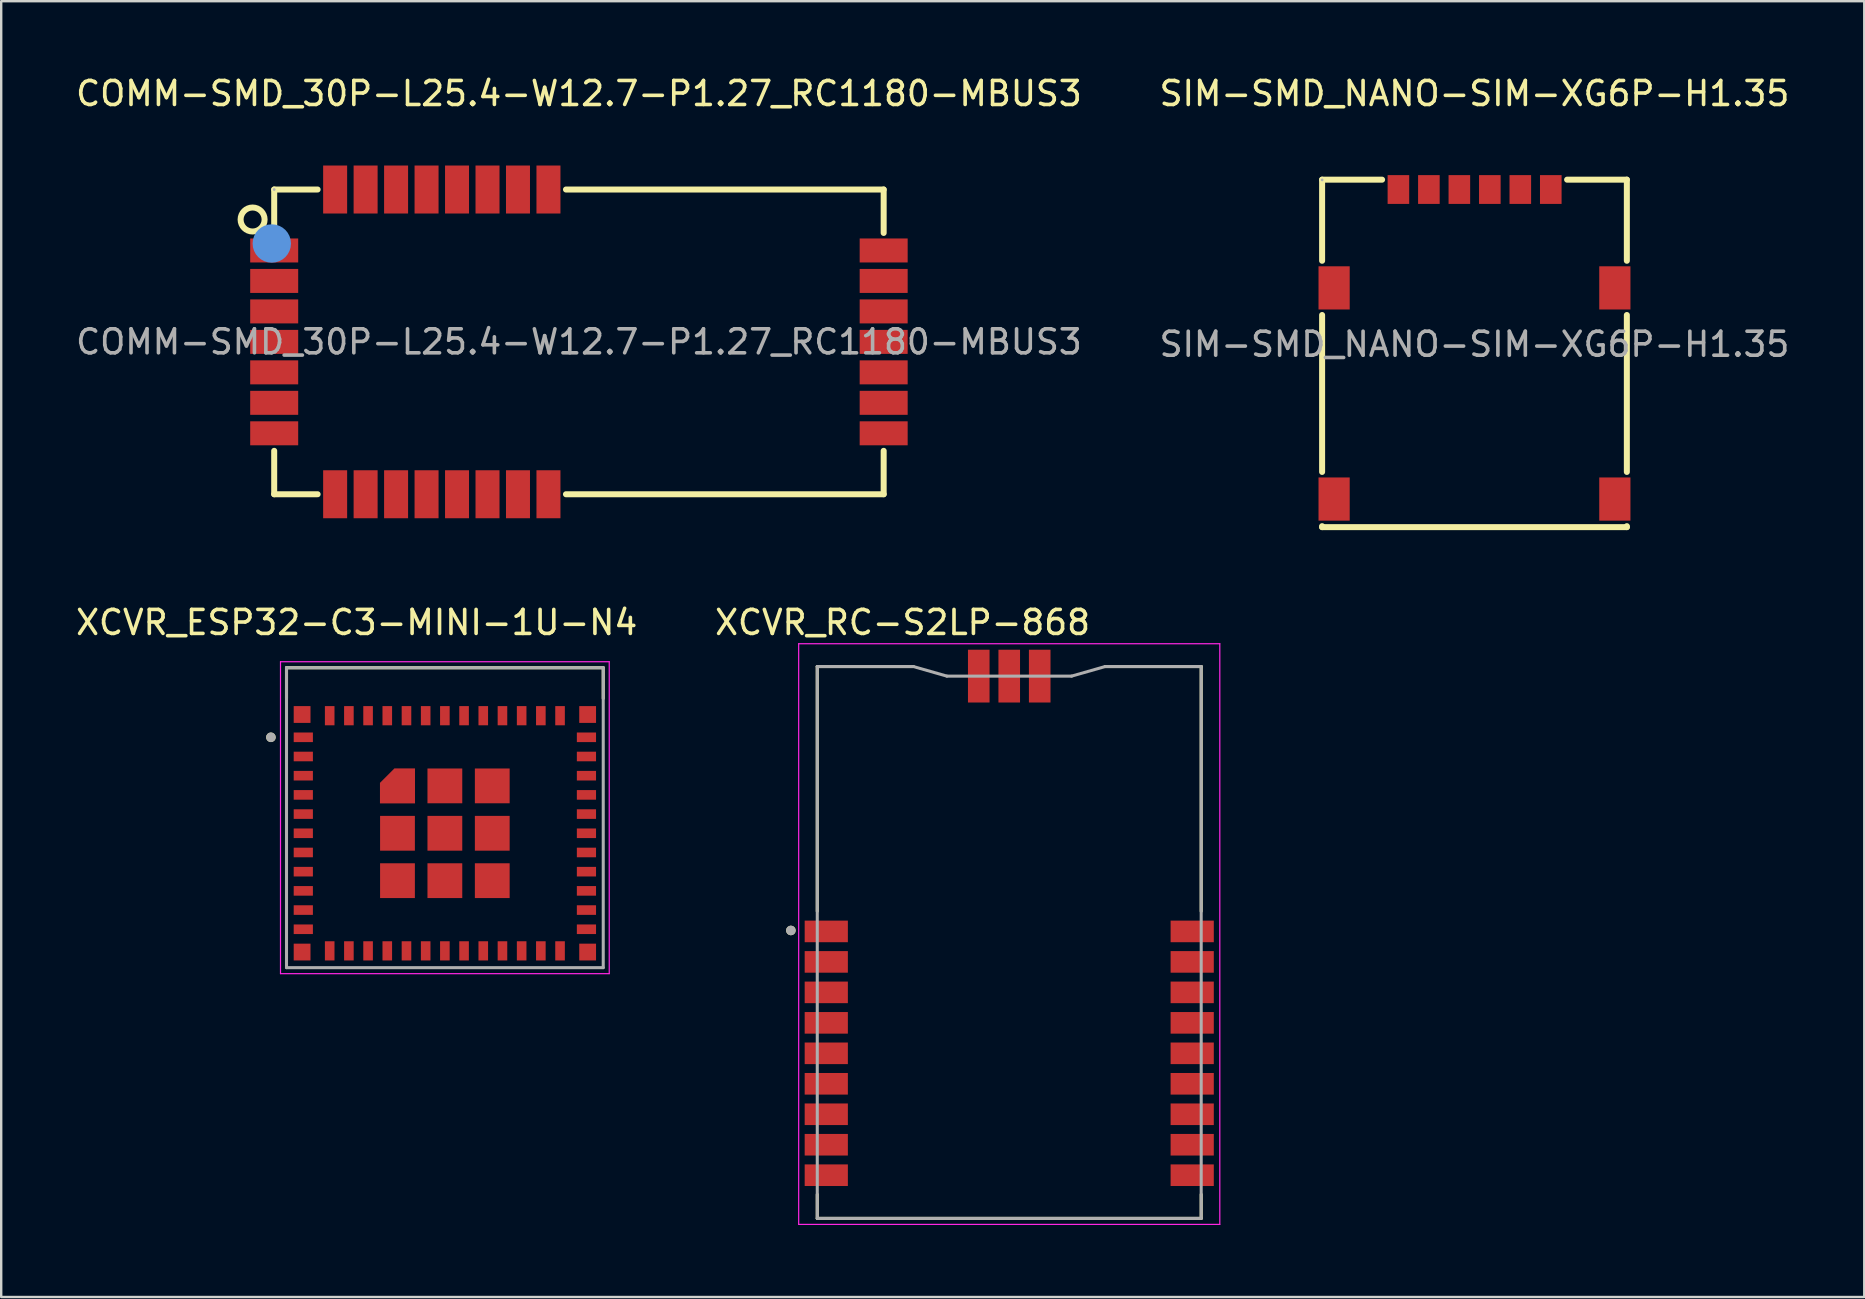
<source format=kicad_pcb>
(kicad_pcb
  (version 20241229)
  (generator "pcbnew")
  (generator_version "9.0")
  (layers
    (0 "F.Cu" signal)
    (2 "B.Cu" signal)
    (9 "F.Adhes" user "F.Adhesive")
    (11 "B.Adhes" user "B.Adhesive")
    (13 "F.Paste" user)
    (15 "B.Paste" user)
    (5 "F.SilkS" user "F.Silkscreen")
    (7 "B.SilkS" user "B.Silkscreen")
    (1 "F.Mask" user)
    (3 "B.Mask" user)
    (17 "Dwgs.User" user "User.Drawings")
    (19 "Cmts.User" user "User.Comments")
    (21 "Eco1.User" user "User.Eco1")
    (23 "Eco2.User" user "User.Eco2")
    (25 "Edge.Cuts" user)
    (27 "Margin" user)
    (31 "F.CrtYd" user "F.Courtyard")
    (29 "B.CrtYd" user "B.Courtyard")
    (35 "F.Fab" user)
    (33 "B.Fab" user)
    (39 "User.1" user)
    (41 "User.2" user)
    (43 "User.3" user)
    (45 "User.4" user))
  (footprint "XCVR_RC-S2LP-868"
    (layer "F.Cu")
    (at 39.01 36.227)
    (property "Reference" "XCVR_RC-S2LP-868" (at -4.445 -13.335 0) (layer "F.SilkS") (effects (font (size 1 1) (thickness 0.15))))
    (attr smd)
    (fp_line (start -8 -11.5) (end -8 -1.3) (stroke (width 0.127) (type solid)) (layer "F.SilkS"))
    (fp_line (start -8 10.5) (end -8 11.5) (stroke (width 0.127) (type solid)) (layer "F.SilkS"))
    (fp_line (start -8 11.5) (end 8 11.5) (stroke (width 0.127) (type solid)) (layer "F.SilkS"))
    (fp_line (start -4 -11.5) (end -8 -11.5) (stroke (width 0.127) (type solid)) (layer "F.SilkS"))
    (fp_line (start 8 -11.5) (end 4 -11.5) (stroke (width 0.127) (type solid)) (layer "F.SilkS"))
    (fp_line (start 8 -1.3) (end 8 -11.5) (stroke (width 0.127) (type solid)) (layer "F.SilkS"))
    (fp_line (start 8 11.5) (end 8 10.5) (stroke (width 0.127) (type solid)) (layer "F.SilkS"))
    (fp_circle (center -9.1 -0.5) (end -9 -0.5) (stroke (width 0.2) (type solid)) (fill no) (layer "F.SilkS"))
    (fp_line (start -8.775 -12.45) (end 8.775 -12.45) (stroke (width 0.05) (type solid)) (layer "F.CrtYd"))
    (fp_line (start -8.775 11.75) (end -8.775 -12.45) (stroke (width 0.05) (type solid)) (layer "F.CrtYd"))
    (fp_line (start 8.775 -12.45) (end 8.775 11.75) (stroke (width 0.05) (type solid)) (layer "F.CrtYd"))
    (fp_line (start 8.775 11.75) (end -8.775 11.75) (stroke (width 0.05) (type solid)) (layer "F.CrtYd"))
    (fp_line (start -8 -11.5) (end -4 -11.5) (stroke (width 0.127) (type solid)) (layer "F.Fab"))
    (fp_line (start -8 11.5) (end -8 -11.5) (stroke (width 0.127) (type solid)) (layer "F.Fab"))
    (fp_line (start -2.6 -11.1) (end -4 -11.5) (stroke (width 0.127) (type solid)) (layer "F.Fab"))
    (fp_line (start -2.6 -11.1) (end 2.6 -11.1) (stroke (width 0.127) (type solid)) (layer "F.Fab"))
    (fp_line (start 2.6 -11.1) (end 4 -11.5) (stroke (width 0.127) (type solid)) (layer "F.Fab"))
    (fp_line (start 4 -11.5) (end 8 -11.5) (stroke (width 0.127) (type solid)) (layer "F.Fab"))
    (fp_line (start 8 -11.5) (end 8 11.5) (stroke (width 0.127) (type solid)) (layer "F.Fab"))
    (fp_line (start 8 11.5) (end -8 11.5) (stroke (width 0.127) (type solid)) (layer "F.Fab"))
    (fp_circle (center -9.1 -0.5) (end -9 -0.5) (stroke (width 0.2) (type solid)) (fill no) (layer "F.Fab"))
    (pad "1" smd rect (at -7.625 -0.46) (size 1.8 0.9) (layers "F.Cu" "F.Mask" "F.Paste"))
    (pad "2" smd rect (at -7.625 0.81) (size 1.8 0.9) (layers "F.Cu" "F.Mask" "F.Paste"))
    (pad "3" smd rect (at -7.625 2.08) (size 1.8 0.9) (layers "F.Cu" "F.Mask" "F.Paste"))
    (pad "4" smd rect (at -7.625 3.35) (size 1.8 0.9) (layers "F.Cu" "F.Mask" "F.Paste"))
    (pad "5" smd rect (at -7.625 4.62) (size 1.8 0.9) (layers "F.Cu" "F.Mask" "F.Paste"))
    (pad "6" smd rect (at -7.625 5.89) (size 1.8 0.9) (layers "F.Cu" "F.Mask" "F.Paste"))
    (pad "7" smd rect (at -7.625 7.16) (size 1.8 0.9) (layers "F.Cu" "F.Mask" "F.Paste"))
    (pad "8" smd rect (at -7.625 8.43) (size 1.8 0.9) (layers "F.Cu" "F.Mask" "F.Paste"))
    (pad "9" smd rect (at -7.625 9.7) (size 1.8 0.9) (layers "F.Cu" "F.Mask" "F.Paste"))
    (pad "10" smd rect (at 7.625 9.7) (size 1.8 0.9) (layers "F.Cu" "F.Mask" "F.Paste"))
    (pad "11" smd rect (at 7.625 8.43) (size 1.8 0.9) (layers "F.Cu" "F.Mask" "F.Paste"))
    (pad "12" smd rect (at 7.625 7.16) (size 1.8 0.9) (layers "F.Cu" "F.Mask" "F.Paste"))
    (pad "13" smd rect (at 7.625 5.89) (size 1.8 0.9) (layers "F.Cu" "F.Mask" "F.Paste"))
    (pad "14" smd rect (at 7.625 4.62) (size 1.8 0.9) (layers "F.Cu" "F.Mask" "F.Paste"))
    (pad "15" smd rect (at 7.625 3.35) (size 1.8 0.9) (layers "F.Cu" "F.Mask" "F.Paste"))
    (pad "16" smd rect (at 7.625 2.08) (size 1.8 0.9) (layers "F.Cu" "F.Mask" "F.Paste"))
    (pad "17" smd rect (at 7.625 0.81) (size 1.8 0.9) (layers "F.Cu" "F.Mask" "F.Paste"))
    (pad "18" smd rect (at 7.625 -0.46) (size 1.8 0.9) (layers "F.Cu" "F.Mask" "F.Paste"))
    (pad "19" smd rect (at 1.27 -11.1) (size 0.9 2.2) (layers "F.Cu" "F.Mask" "F.Paste"))
    (pad "20" smd rect (at 0 -11.1) (size 0.9 2.2) (layers "F.Cu" "F.Mask" "F.Paste"))
    (pad "21" smd rect (at -1.27 -11.1) (size 0.9 2.2) (layers "F.Cu" "F.Mask" "F.Paste")))
  (footprint "SIM-SMD_NANO-SIM-XG6P-H1.35"
    (layer "F.Cu")
    (at 58.399 11.298)
    (property "Reference" "SIM-SMD_NANO-SIM-XG6P-H1.35" (at 0 -10.45 0) (layer "F.SilkS") (effects (font (size 1 1) (thickness 0.15))))
    (attr smd)
    (fp_line (start -6.35 -6.86) (end -6.35 -3.48) (stroke (width 0.25) (type solid)) (layer "F.SilkS"))
    (fp_line (start -6.35 -1.22) (end -6.35 5.32) (stroke (width 0.25) (type solid)) (layer "F.SilkS"))
    (fp_line (start -6.35 7.58) (end -6.35 7.62) (stroke (width 0.25) (type solid)) (layer "F.SilkS"))
    (fp_line (start -6.35 7.62) (end 6.35 7.62) (stroke (width 0.25) (type solid)) (layer "F.SilkS"))
    (fp_line (start -3.85 -6.86) (end -6.35 -6.86) (stroke (width 0.25) (type solid)) (layer "F.SilkS"))
    (fp_line (start 6.35 -6.86) (end 3.86 -6.86) (stroke (width 0.25) (type solid)) (layer "F.SilkS"))
    (fp_line (start 6.35 -3.48) (end 6.35 -6.86) (stroke (width 0.25) (type solid)) (layer "F.SilkS"))
    (fp_line (start 6.35 5.32) (end 6.35 -1.22) (stroke (width 0.25) (type solid)) (layer "F.SilkS"))
    (fp_line (start 6.35 7.62) (end 6.35 7.58) (stroke (width 0.25) (type solid)) (layer "F.SilkS"))
    (fp_circle (center -6.35 -6.85) (end -6.32 -6.85) (stroke (width 0.06) (type solid)) (fill no) (layer "F.Fab"))
    (fp_text user "${REFERENCE}" (at 0 0 0) (layer "F.Fab") (effects (font (size 1 1) (thickness 0.15))))
    (pad "1" smd rect (at -3.17 -6.45) (size 0.9 1.2) (layers "F.Cu" "F.Mask" "F.Paste"))
    (pad "2" smd rect (at -0.63 -6.45) (size 0.9 1.2) (layers "F.Cu" "F.Mask" "F.Paste"))
    (pad "3" smd rect (at 1.91 -6.45) (size 0.9 1.2) (layers "F.Cu" "F.Mask" "F.Paste"))
    (pad "5" smd rect (at -1.9 -6.45) (size 0.9 1.2) (layers "F.Cu" "F.Mask" "F.Paste"))
    (pad "6" smd rect (at 0.64 -6.45) (size 0.9 1.2) (layers "F.Cu" "F.Mask" "F.Paste"))
    (pad "7" smd rect (at 3.18 -6.45) (size 0.9 1.2) (layers "F.Cu" "F.Mask" "F.Paste"))
    (pad "8" smd rect (at -5.85 -2.35) (size 1.3 1.8) (layers "F.Cu" "F.Mask" "F.Paste"))
    (pad "9" smd rect (at -5.85 6.45) (size 1.3 1.8) (layers "F.Cu" "F.Mask" "F.Paste"))
    (pad "10" smd rect (at 5.85 6.45) (size 1.3 1.8) (layers "F.Cu" "F.Mask" "F.Paste"))
    (pad "11" smd rect (at 5.85 -2.35) (size 1.3 1.8) (layers "F.Cu" "F.Mask" "F.Paste")))
  (footprint "XCVR_ESP32-C3-MINI-1U-N4"
    (layer "F.Cu")
    (at 15.49 31.677)
    (property "Reference" "XCVR_ESP32-C3-MINI-1U-N4" (at -3.675 -8.785 0) (layer "F.SilkS") (effects (font (size 1 1) (thickness 0.15))))
    (attr smd)
    (fp_poly (pts (xy -1.15 -1.15) (xy -2.8 -1.15) (xy -2.8 -2.14) (xy -2.14 -2.8) (xy -1.15 -2.8)) (stroke (width 0.01) (type solid)) (fill yes) (layer "F.Mask"))
    (fp_line (start -6.6 -6.9) (end 6.6 -6.9) (stroke (width 0.127) (type solid)) (layer "F.SilkS"))
    (fp_line (start -6.6 -5.62) (end -6.6 -6.9) (stroke (width 0.127) (type solid)) (layer "F.SilkS"))
    (fp_line (start 6.6 -6.9) (end 6.6 -5.62) (stroke (width 0.127) (type solid)) (layer "F.SilkS"))
    (fp_circle (center -7.25 -4) (end -7.15 -4) (stroke (width 0.2) (type solid)) (fill no) (layer "F.SilkS"))
    (fp_poly (pts (xy -1.25 -1.25) (xy -2.7 -1.25) (xy -2.7 -2.1) (xy -2.1 -2.7) (xy -1.25 -2.7)) (stroke (width 0.01) (type solid)) (fill yes) (layer "F.Paste"))
    (fp_line (start -6.85 -7.15) (end -6.85 5.85) (stroke (width 0.05) (type solid)) (layer "F.CrtYd"))
    (fp_line (start -6.85 5.85) (end 6.85 5.85) (stroke (width 0.05) (type solid)) (layer "F.CrtYd"))
    (fp_line (start 6.85 -7.15) (end -6.85 -7.15) (stroke (width 0.05) (type solid)) (layer "F.CrtYd"))
    (fp_line (start 6.85 5.85) (end 6.85 -7.15) (stroke (width 0.05) (type solid)) (layer "F.CrtYd"))
    (fp_line (start -6.6 -6.9) (end 6.6 -6.9) (stroke (width 0.127) (type solid)) (layer "F.Fab"))
    (fp_line (start -6.6 5.6) (end -6.6 -6.9) (stroke (width 0.127) (type solid)) (layer "F.Fab"))
    (fp_line (start 6.6 -6.9) (end 6.6 5.6) (stroke (width 0.127) (type solid)) (layer "F.Fab"))
    (fp_line (start 6.6 5.6) (end -6.6 5.6) (stroke (width 0.127) (type solid)) (layer "F.Fab"))
    (fp_circle (center -7.25 -4) (end -7.15 -4) (stroke (width 0.2) (type solid)) (fill no) (layer "F.Fab"))
    (pad "1" smd rect (at -5.9 -4) (size 0.8 0.4) (layers "F.Cu" "F.Mask" "F.Paste"))
    (pad "2" smd rect (at -5.9 -3.2) (size 0.8 0.4) (layers "F.Cu" "F.Mask" "F.Paste"))
    (pad "3" smd rect (at -5.9 -2.4) (size 0.8 0.4) (layers "F.Cu" "F.Mask" "F.Paste"))
    (pad "4" smd rect (at -5.9 -1.6) (size 0.8 0.4) (layers "F.Cu" "F.Mask" "F.Paste"))
    (pad "5" smd rect (at -5.9 -0.8) (size 0.8 0.4) (layers "F.Cu" "F.Mask" "F.Paste"))
    (pad "6" smd rect (at -5.9 0) (size 0.8 0.4) (layers "F.Cu" "F.Mask" "F.Paste"))
    (pad "7" smd rect (at -5.9 0.8) (size 0.8 0.4) (layers "F.Cu" "F.Mask" "F.Paste"))
    (pad "8" smd rect (at -5.9 1.6) (size 0.8 0.4) (layers "F.Cu" "F.Mask" "F.Paste"))
    (pad "9" smd rect (at -5.9 2.4) (size 0.8 0.4) (layers "F.Cu" "F.Mask" "F.Paste"))
    (pad "10" smd rect (at -5.9 3.2) (size 0.8 0.4) (layers "F.Cu" "F.Mask" "F.Paste"))
    (pad "11" smd rect (at -5.9 4) (size 0.8 0.4) (layers "F.Cu" "F.Mask" "F.Paste"))
    (pad "12" smd rect (at -4.8 4.9) (size 0.4 0.8) (layers "F.Cu" "F.Mask" "F.Paste"))
    (pad "13" smd rect (at -4 4.9) (size 0.4 0.8) (layers "F.Cu" "F.Mask" "F.Paste"))
    (pad "14" smd rect (at -3.2 4.9) (size 0.4 0.8) (layers "F.Cu" "F.Mask" "F.Paste"))
    (pad "15" smd rect (at -2.4 4.9) (size 0.4 0.8) (layers "F.Cu" "F.Mask" "F.Paste"))
    (pad "16" smd rect (at -1.6 4.9) (size 0.4 0.8) (layers "F.Cu" "F.Mask" "F.Paste"))
    (pad "17" smd rect (at -0.8 4.9) (size 0.4 0.8) (layers "F.Cu" "F.Mask" "F.Paste"))
    (pad "18" smd rect (at 0 4.9) (size 0.4 0.8) (layers "F.Cu" "F.Mask" "F.Paste"))
    (pad "19" smd rect (at 0.8 4.9) (size 0.4 0.8) (layers "F.Cu" "F.Mask" "F.Paste"))
    (pad "20" smd rect (at 1.6 4.9) (size 0.4 0.8) (layers "F.Cu" "F.Mask" "F.Paste"))
    (pad "21" smd rect (at 2.4 4.9) (size 0.4 0.8) (layers "F.Cu" "F.Mask" "F.Paste"))
    (pad "22" smd rect (at 3.2 4.9) (size 0.4 0.8) (layers "F.Cu" "F.Mask" "F.Paste"))
    (pad "23" smd rect (at 4 4.9) (size 0.4 0.8) (layers "F.Cu" "F.Mask" "F.Paste"))
    (pad "24" smd rect (at 4.8 4.9) (size 0.4 0.8) (layers "F.Cu" "F.Mask" "F.Paste"))
    (pad "25" smd rect (at 5.9 4) (size 0.8 0.4) (layers "F.Cu" "F.Mask" "F.Paste"))
    (pad "26" smd rect (at 5.9 3.2) (size 0.8 0.4) (layers "F.Cu" "F.Mask" "F.Paste"))
    (pad "27" smd rect (at 5.9 2.4) (size 0.8 0.4) (layers "F.Cu" "F.Mask" "F.Paste"))
    (pad "28" smd rect (at 5.9 1.6) (size 0.8 0.4) (layers "F.Cu" "F.Mask" "F.Paste"))
    (pad "29" smd rect (at 5.9 0.8) (size 0.8 0.4) (layers "F.Cu" "F.Mask" "F.Paste"))
    (pad "30" smd rect (at 5.9 0) (size 0.8 0.4) (layers "F.Cu" "F.Mask" "F.Paste"))
    (pad "31" smd rect (at 5.9 -0.8) (size 0.8 0.4) (layers "F.Cu" "F.Mask" "F.Paste"))
    (pad "32" smd rect (at 5.9 -1.6) (size 0.8 0.4) (layers "F.Cu" "F.Mask" "F.Paste"))
    (pad "33" smd rect (at 5.9 -2.4) (size 0.8 0.4) (layers "F.Cu" "F.Mask" "F.Paste"))
    (pad "34" smd rect (at 5.9 -3.2) (size 0.8 0.4) (layers "F.Cu" "F.Mask" "F.Paste"))
    (pad "35" smd rect (at 5.9 -4) (size 0.8 0.4) (layers "F.Cu" "F.Mask" "F.Paste"))
    (pad "36" smd rect (at 4.8 -4.9) (size 0.4 0.8) (layers "F.Cu" "F.Mask" "F.Paste"))
    (pad "37" smd rect (at 4 -4.9) (size 0.4 0.8) (layers "F.Cu" "F.Mask" "F.Paste"))
    (pad "38" smd rect (at 3.2 -4.9) (size 0.4 0.8) (layers "F.Cu" "F.Mask" "F.Paste"))
    (pad "39" smd rect (at 2.4 -4.9) (size 0.4 0.8) (layers "F.Cu" "F.Mask" "F.Paste"))
    (pad "40" smd rect (at 1.6 -4.9) (size 0.4 0.8) (layers "F.Cu" "F.Mask" "F.Paste"))
    (pad "41" smd rect (at 0.8 -4.9) (size 0.4 0.8) (layers "F.Cu" "F.Mask" "F.Paste"))
    (pad "42" smd rect (at 0 -4.9) (size 0.4 0.8) (layers "F.Cu" "F.Mask" "F.Paste"))
    (pad "43" smd rect (at -0.8 -4.9) (size 0.4 0.8) (layers "F.Cu" "F.Mask" "F.Paste"))
    (pad "44" smd rect (at -1.6 -4.9) (size 0.4 0.8) (layers "F.Cu" "F.Mask" "F.Paste"))
    (pad "45" smd rect (at -2.4 -4.9) (size 0.4 0.8) (layers "F.Cu" "F.Mask" "F.Paste"))
    (pad "46" smd rect (at -3.2 -4.9) (size 0.4 0.8) (layers "F.Cu" "F.Mask" "F.Paste"))
    (pad "47" smd rect (at -4 -4.9) (size 0.4 0.8) (layers "F.Cu" "F.Mask" "F.Paste"))
    (pad "48" smd rect (at -4.8 -4.9) (size 0.4 0.8) (layers "F.Cu" "F.Mask" "F.Paste"))
    (pad "49_1" smd custom (at -1.975 -1.975) (size 0.6 0.6) (layers "F.Cu") (options (anchor rect)) (primitives (gr_poly (pts (xy 0.725 0.725) (xy -0.725 0.725) (xy -0.725 -0.125) (xy -0.125 -0.725) (xy 0.725 -0.725)) (width 0.01) (fill yes))))
    (pad "49_2" smd rect (at 0 -1.975) (size 1.45 1.45) (layers "F.Cu" "F.Mask" "F.Paste"))
    (pad "49_3" smd rect (at 1.975 -1.975) (size 1.45 1.45) (layers "F.Cu" "F.Mask" "F.Paste"))
    (pad "49_4" smd rect (at 1.975 0) (size 1.45 1.45) (layers "F.Cu" "F.Mask" "F.Paste"))
    (pad "49_5" smd rect (at 1.975 1.975) (size 1.45 1.45) (layers "F.Cu" "F.Mask" "F.Paste"))
    (pad "49_6" smd rect (at 0 1.975) (size 1.45 1.45) (layers "F.Cu" "F.Mask" "F.Paste"))
    (pad "49_7" smd rect (at -1.975 1.975) (size 1.45 1.45) (layers "F.Cu" "F.Mask" "F.Paste"))
    (pad "49_8" smd rect (at -1.975 0) (size 1.45 1.45) (layers "F.Cu" "F.Mask" "F.Paste"))
    (pad "49_9" smd rect (at 0 0) (size 1.45 1.45) (layers "F.Cu" "F.Mask" "F.Paste"))
    (pad "50" smd rect (at 5.95 -4.95) (size 0.7 0.7) (layers "F.Cu" "F.Mask" "F.Paste"))
    (pad "51" smd rect (at 5.95 4.95) (size 0.7 0.7) (layers "F.Cu" "F.Mask" "F.Paste"))
    (pad "52" smd rect (at -5.95 4.95) (size 0.7 0.7) (layers "F.Cu" "F.Mask" "F.Paste"))
    (pad "53" smd rect (at -5.95 -4.95) (size 0.7 0.7) (layers "F.Cu" "F.Mask" "F.Paste")))
  (footprint "COMM-SMD_30P-L25.4-W12.7-P1.27_RC1180-MBUS3"
    (layer "F.Cu")
    (at 21.077 11.198)
    (property "Reference" "COMM-SMD_30P-L25.4-W12.7-P1.27_RC1180-MBUS3" (at 0 -10.35 0) (layer "F.SilkS") (effects (font (size 1 1) (thickness 0.15))))
    (attr through_hole)
    (fp_line (start -12.7 -6.35) (end -10.89 -6.35) (stroke (width 0.25) (type solid)) (layer "F.SilkS"))
    (fp_line (start -12.7 -4.54) (end -12.7 -6.35) (stroke (width 0.25) (type solid)) (layer "F.SilkS"))
    (fp_line (start -12.7 6.35) (end -12.7 4.54) (stroke (width 0.25) (type solid)) (layer "F.SilkS"))
    (fp_line (start -10.89 6.35) (end -12.7 6.35) (stroke (width 0.25) (type solid)) (layer "F.SilkS"))
    (fp_line (start -0.54 -6.35) (end 12.7 -6.35) (stroke (width 0.25) (type solid)) (layer "F.SilkS"))
    (fp_line (start 12.7 -6.35) (end 12.7 -4.54) (stroke (width 0.25) (type solid)) (layer "F.SilkS"))
    (fp_line (start 12.7 4.54) (end 12.7 6.35) (stroke (width 0.25) (type solid)) (layer "F.SilkS"))
    (fp_line (start 12.7 6.35) (end -0.54 6.35) (stroke (width 0.25) (type solid)) (layer "F.SilkS"))
    (fp_circle (center -13.6 -5.1) (end -13.1 -5.1) (stroke (width 0.25) (type solid)) (fill no) (layer "F.SilkS"))
    (fp_circle (center -12.8 -4.1) (end -12.4 -4.1) (stroke (width 0.8) (type solid)) (fill no) (layer "Cmts.User"))
    (fp_circle (center -12.7 -6.35) (end -12.67 -6.35) (stroke (width 0.06) (type solid)) (fill no) (layer "F.Fab"))
    (fp_text user "${REFERENCE}" (at 0 0 0) (layer "F.Fab") (effects (font (size 1 1) (thickness 0.15))))
    (pad "1" smd rect (at -12.7 -3.81) (size 2 1) (layers "F.Cu" "F.Mask" "F.Paste"))
    (pad "2" smd rect (at -12.7 -2.54) (size 2 1) (layers "F.Cu" "F.Mask" "F.Paste"))
    (pad "3" smd rect (at -12.7 -1.27) (size 2 1) (layers "F.Cu" "F.Mask" "F.Paste"))
    (pad "4" smd rect (at -12.7 0) (size 2 1) (layers "F.Cu" "F.Mask" "F.Paste"))
    (pad "5" smd rect (at -12.7 1.27) (size 2 1) (layers "F.Cu" "F.Mask" "F.Paste"))
    (pad "6" smd rect (at -12.7 2.54) (size 2 1) (layers "F.Cu" "F.Mask" "F.Paste"))
    (pad "7" smd rect (at -12.7 3.81) (size 2 1) (layers "F.Cu" "F.Mask" "F.Paste"))
    (pad "8" smd rect (at 12.7 3.81) (size 2 1) (layers "F.Cu" "F.Mask" "F.Paste"))
    (pad "9" smd rect (at 12.7 2.54) (size 2 1) (layers "F.Cu" "F.Mask" "F.Paste"))
    (pad "10" smd rect (at 12.7 1.27) (size 2 1) (layers "F.Cu" "F.Mask" "F.Paste"))
    (pad "11" smd rect (at 12.7 0) (size 2 1) (layers "F.Cu" "F.Mask" "F.Paste"))
    (pad "12" smd rect (at 12.7 -1.27) (size 2 1) (layers "F.Cu" "F.Mask" "F.Paste"))
    (pad "13" smd rect (at 12.7 -2.54) (size 2 1) (layers "F.Cu" "F.Mask" "F.Paste"))
    (pad "14" smd rect (at 12.7 -3.81) (size 2 1) (layers "F.Cu" "F.Mask" "F.Paste"))
    (pad "15" smd rect (at -10.16 6.35) (size 1 2) (layers "F.Cu" "F.Mask" "F.Paste"))
    (pad "16" smd rect (at -8.89 6.35) (size 1 2) (layers "F.Cu" "F.Mask" "F.Paste"))
    (pad "17" smd rect (at -7.62 6.35) (size 1 2) (layers "F.Cu" "F.Mask" "F.Paste"))
    (pad "18" smd rect (at -6.35 6.35) (size 1 2) (layers "F.Cu" "F.Mask" "F.Paste"))
    (pad "19" smd rect (at -5.08 6.35) (size 1 2) (layers "F.Cu" "F.Mask" "F.Paste"))
    (pad "20" smd rect (at -3.81 6.35) (size 1 2) (layers "F.Cu" "F.Mask" "F.Paste"))
    (pad "21" smd rect (at -2.54 6.35) (size 1 2) (layers "F.Cu" "F.Mask" "F.Paste"))
    (pad "22" smd rect (at -1.27 6.35) (size 1 2) (layers "F.Cu" "F.Mask" "F.Paste"))
    (pad "23" smd rect (at -1.27 -6.35) (size 1 2) (layers "F.Cu" "F.Mask" "F.Paste"))
    (pad "24" smd rect (at -2.54 -6.35) (size 1 2) (layers "F.Cu" "F.Mask" "F.Paste"))
    (pad "25" smd rect (at -3.81 -6.35) (size 1 2) (layers "F.Cu" "F.Mask" "F.Paste"))
    (pad "26" smd rect (at -5.08 -6.35) (size 1 2) (layers "F.Cu" "F.Mask" "F.Paste"))
    (pad "27" smd rect (at -6.35 -6.35) (size 1 2) (layers "F.Cu" "F.Mask" "F.Paste"))
    (pad "28" smd rect (at -7.62 -6.35) (size 1 2) (layers "F.Cu" "F.Mask" "F.Paste"))
    (pad "29" smd rect (at -8.89 -6.35) (size 1 2) (layers "F.Cu" "F.Mask" "F.Paste"))
    (pad "30" smd rect (at -10.16 -6.35) (size 1 2) (layers "F.Cu" "F.Mask" "F.Paste")))
  (gr_rect
    (start -3 -3)
    (end 74.643 51.002)
    (stroke (width 0.1) (type default))
    (fill no)
    (layer "Edge.Cuts")))
</source>
